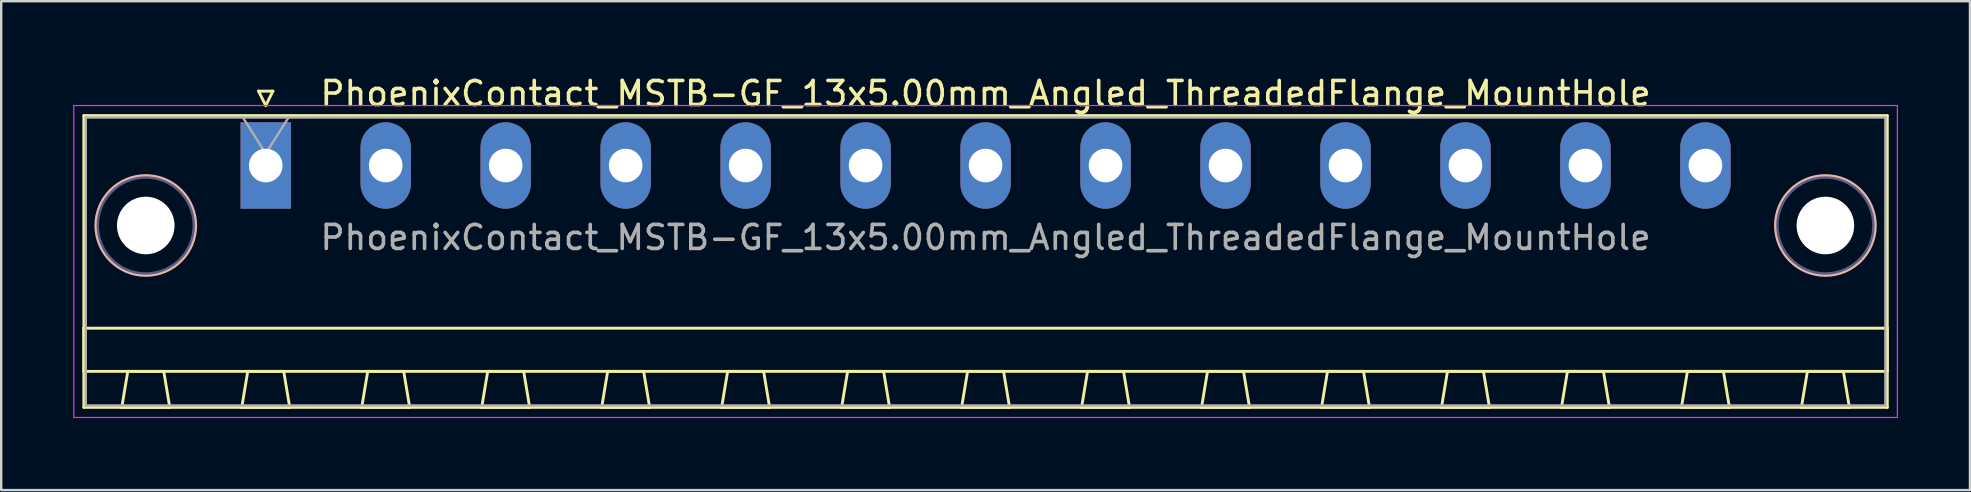
<source format=kicad_pcb>
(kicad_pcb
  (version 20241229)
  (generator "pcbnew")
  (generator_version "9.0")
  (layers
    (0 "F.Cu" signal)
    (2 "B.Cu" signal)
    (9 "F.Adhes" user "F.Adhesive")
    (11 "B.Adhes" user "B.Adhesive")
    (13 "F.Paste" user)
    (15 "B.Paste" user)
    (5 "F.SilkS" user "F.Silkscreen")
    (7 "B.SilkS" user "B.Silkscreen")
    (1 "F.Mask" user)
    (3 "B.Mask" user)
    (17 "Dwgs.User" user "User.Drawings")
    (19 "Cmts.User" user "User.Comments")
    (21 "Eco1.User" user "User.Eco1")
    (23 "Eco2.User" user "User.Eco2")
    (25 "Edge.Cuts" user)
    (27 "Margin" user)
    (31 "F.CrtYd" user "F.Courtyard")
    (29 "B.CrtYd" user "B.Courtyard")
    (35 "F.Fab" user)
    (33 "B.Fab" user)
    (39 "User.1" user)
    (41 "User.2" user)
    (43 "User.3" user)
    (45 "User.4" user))
  (footprint "PhoenixContact_MSTB-GF_13x5.00mm_Angled_ThreadedFlange_MountHole"
    (layer "F.Cu")
    (at 8.025 3.848)
    (property "Reference" "PhoenixContact_MSTB-GF_13x5.00mm_Angled_ThreadedFlange_MountHole" (at 30 -3 0) (layer "F.SilkS") (effects (font (size 1 1) (thickness 0.15))))
    (attr through_hole)
    (fp_line (start -7.58 -2.08) (end -7.58 10.08) (stroke (width 0.12) (type solid)) (layer "F.SilkS"))
    (fp_line (start -7.58 6.78) (end 67.58 6.78) (stroke (width 0.12) (type solid)) (layer "F.SilkS"))
    (fp_line (start -7.58 8.58) (end -7.58 6.78) (stroke (width 0.12) (type solid)) (layer "F.SilkS"))
    (fp_line (start -7.58 10.08) (end 67.58 10.08) (stroke (width 0.12) (type solid)) (layer "F.SilkS"))
    (fp_line (start -6 10.08) (end -4 10.08) (stroke (width 0.12) (type solid)) (layer "F.SilkS"))
    (fp_line (start -5.75 8.58) (end -6 10.08) (stroke (width 0.12) (type solid)) (layer "F.SilkS"))
    (fp_line (start -4.25 8.58) (end -5.75 8.58) (stroke (width 0.12) (type solid)) (layer "F.SilkS"))
    (fp_line (start -4 10.08) (end -4.25 8.58) (stroke (width 0.12) (type solid)) (layer "F.SilkS"))
    (fp_line (start -1 10.08) (end 1 10.08) (stroke (width 0.12) (type solid)) (layer "F.SilkS"))
    (fp_line (start -0.75 8.58) (end -1 10.08) (stroke (width 0.12) (type solid)) (layer "F.SilkS"))
    (fp_line (start -0.3 -3.1) (end 0.3 -3.1) (stroke (width 0.12) (type solid)) (layer "F.SilkS"))
    (fp_line (start 0 -2.5) (end -0.3 -3.1) (stroke (width 0.12) (type solid)) (layer "F.SilkS"))
    (fp_line (start 0.3 -3.1) (end 0 -2.5) (stroke (width 0.12) (type solid)) (layer "F.SilkS"))
    (fp_line (start 0.75 8.58) (end -0.75 8.58) (stroke (width 0.12) (type solid)) (layer "F.SilkS"))
    (fp_line (start 1 10.08) (end 0.75 8.58) (stroke (width 0.12) (type solid)) (layer "F.SilkS"))
    (fp_line (start 4 10.08) (end 6 10.08) (stroke (width 0.12) (type solid)) (layer "F.SilkS"))
    (fp_line (start 4.25 8.58) (end 4 10.08) (stroke (width 0.12) (type solid)) (layer "F.SilkS"))
    (fp_line (start 5.75 8.58) (end 4.25 8.58) (stroke (width 0.12) (type solid)) (layer "F.SilkS"))
    (fp_line (start 6 10.08) (end 5.75 8.58) (stroke (width 0.12) (type solid)) (layer "F.SilkS"))
    (fp_line (start 9 10.08) (end 11 10.08) (stroke (width 0.12) (type solid)) (layer "F.SilkS"))
    (fp_line (start 9.25 8.58) (end 9 10.08) (stroke (width 0.12) (type solid)) (layer "F.SilkS"))
    (fp_line (start 10.75 8.58) (end 9.25 8.58) (stroke (width 0.12) (type solid)) (layer "F.SilkS"))
    (fp_line (start 11 10.08) (end 10.75 8.58) (stroke (width 0.12) (type solid)) (layer "F.SilkS"))
    (fp_line (start 14 10.08) (end 16 10.08) (stroke (width 0.12) (type solid)) (layer "F.SilkS"))
    (fp_line (start 14.25 8.58) (end 14 10.08) (stroke (width 0.12) (type solid)) (layer "F.SilkS"))
    (fp_line (start 15.75 8.58) (end 14.25 8.58) (stroke (width 0.12) (type solid)) (layer "F.SilkS"))
    (fp_line (start 16 10.08) (end 15.75 8.58) (stroke (width 0.12) (type solid)) (layer "F.SilkS"))
    (fp_line (start 19 10.08) (end 21 10.08) (stroke (width 0.12) (type solid)) (layer "F.SilkS"))
    (fp_line (start 19.25 8.58) (end 19 10.08) (stroke (width 0.12) (type solid)) (layer "F.SilkS"))
    (fp_line (start 20.75 8.58) (end 19.25 8.58) (stroke (width 0.12) (type solid)) (layer "F.SilkS"))
    (fp_line (start 21 10.08) (end 20.75 8.58) (stroke (width 0.12) (type solid)) (layer "F.SilkS"))
    (fp_line (start 24 10.08) (end 26 10.08) (stroke (width 0.12) (type solid)) (layer "F.SilkS"))
    (fp_line (start 24.25 8.58) (end 24 10.08) (stroke (width 0.12) (type solid)) (layer "F.SilkS"))
    (fp_line (start 25.75 8.58) (end 24.25 8.58) (stroke (width 0.12) (type solid)) (layer "F.SilkS"))
    (fp_line (start 26 10.08) (end 25.75 8.58) (stroke (width 0.12) (type solid)) (layer "F.SilkS"))
    (fp_line (start 29 10.08) (end 31 10.08) (stroke (width 0.12) (type solid)) (layer "F.SilkS"))
    (fp_line (start 29.25 8.58) (end 29 10.08) (stroke (width 0.12) (type solid)) (layer "F.SilkS"))
    (fp_line (start 30.75 8.58) (end 29.25 8.58) (stroke (width 0.12) (type solid)) (layer "F.SilkS"))
    (fp_line (start 31 10.08) (end 30.75 8.58) (stroke (width 0.12) (type solid)) (layer "F.SilkS"))
    (fp_line (start 34 10.08) (end 36 10.08) (stroke (width 0.12) (type solid)) (layer "F.SilkS"))
    (fp_line (start 34.25 8.58) (end 34 10.08) (stroke (width 0.12) (type solid)) (layer "F.SilkS"))
    (fp_line (start 35.75 8.58) (end 34.25 8.58) (stroke (width 0.12) (type solid)) (layer "F.SilkS"))
    (fp_line (start 36 10.08) (end 35.75 8.58) (stroke (width 0.12) (type solid)) (layer "F.SilkS"))
    (fp_line (start 39 10.08) (end 41 10.08) (stroke (width 0.12) (type solid)) (layer "F.SilkS"))
    (fp_line (start 39.25 8.58) (end 39 10.08) (stroke (width 0.12) (type solid)) (layer "F.SilkS"))
    (fp_line (start 40.75 8.58) (end 39.25 8.58) (stroke (width 0.12) (type solid)) (layer "F.SilkS"))
    (fp_line (start 41 10.08) (end 40.75 8.58) (stroke (width 0.12) (type solid)) (layer "F.SilkS"))
    (fp_line (start 44 10.08) (end 46 10.08) (stroke (width 0.12) (type solid)) (layer "F.SilkS"))
    (fp_line (start 44.25 8.58) (end 44 10.08) (stroke (width 0.12) (type solid)) (layer "F.SilkS"))
    (fp_line (start 45.75 8.58) (end 44.25 8.58) (stroke (width 0.12) (type solid)) (layer "F.SilkS"))
    (fp_line (start 46 10.08) (end 45.75 8.58) (stroke (width 0.12) (type solid)) (layer "F.SilkS"))
    (fp_line (start 49 10.08) (end 51 10.08) (stroke (width 0.12) (type solid)) (layer "F.SilkS"))
    (fp_line (start 49.25 8.58) (end 49 10.08) (stroke (width 0.12) (type solid)) (layer "F.SilkS"))
    (fp_line (start 50.75 8.58) (end 49.25 8.58) (stroke (width 0.12) (type solid)) (layer "F.SilkS"))
    (fp_line (start 51 10.08) (end 50.75 8.58) (stroke (width 0.12) (type solid)) (layer "F.SilkS"))
    (fp_line (start 54 10.08) (end 56 10.08) (stroke (width 0.12) (type solid)) (layer "F.SilkS"))
    (fp_line (start 54.25 8.58) (end 54 10.08) (stroke (width 0.12) (type solid)) (layer "F.SilkS"))
    (fp_line (start 55.75 8.58) (end 54.25 8.58) (stroke (width 0.12) (type solid)) (layer "F.SilkS"))
    (fp_line (start 56 10.08) (end 55.75 8.58) (stroke (width 0.12) (type solid)) (layer "F.SilkS"))
    (fp_line (start 59 10.08) (end 61 10.08) (stroke (width 0.12) (type solid)) (layer "F.SilkS"))
    (fp_line (start 59.25 8.58) (end 59 10.08) (stroke (width 0.12) (type solid)) (layer "F.SilkS"))
    (fp_line (start 60.75 8.58) (end 59.25 8.58) (stroke (width 0.12) (type solid)) (layer "F.SilkS"))
    (fp_line (start 61 10.08) (end 60.75 8.58) (stroke (width 0.12) (type solid)) (layer "F.SilkS"))
    (fp_line (start 64 10.08) (end 66 10.08) (stroke (width 0.12) (type solid)) (layer "F.SilkS"))
    (fp_line (start 64.25 8.58) (end 64 10.08) (stroke (width 0.12) (type solid)) (layer "F.SilkS"))
    (fp_line (start 65.75 8.58) (end 64.25 8.58) (stroke (width 0.12) (type solid)) (layer "F.SilkS"))
    (fp_line (start 66 10.08) (end 65.75 8.58) (stroke (width 0.12) (type solid)) (layer "F.SilkS"))
    (fp_line (start 67.58 -2.08) (end -7.58 -2.08) (stroke (width 0.12) (type solid)) (layer "F.SilkS"))
    (fp_line (start 67.58 6.78) (end 67.58 8.58) (stroke (width 0.12) (type solid)) (layer "F.SilkS"))
    (fp_line (start 67.58 8.58) (end -7.58 8.58) (stroke (width 0.12) (type solid)) (layer "F.SilkS"))
    (fp_line (start 67.58 10.08) (end 67.58 -2.08) (stroke (width 0.12) (type solid)) (layer "F.SilkS"))
    (fp_circle (center -5 2.5) (end -2.92 2.5) (stroke (width 0.12) (type solid)) (fill no) (layer "B.SilkS"))
    (fp_circle (center 65 2.5) (end 67.08 2.5) (stroke (width 0.12) (type solid)) (fill no) (layer "B.SilkS"))
    (fp_line (start -8 -2.5) (end -8 10.5) (stroke (width 0.05) (type solid)) (layer "F.CrtYd"))
    (fp_line (start -8 10.5) (end 68 10.5) (stroke (width 0.05) (type solid)) (layer "F.CrtYd"))
    (fp_line (start 68 -2.5) (end -8 -2.5) (stroke (width 0.05) (type solid)) (layer "F.CrtYd"))
    (fp_line (start 68 10.5) (end 68 -2.5) (stroke (width 0.05) (type solid)) (layer "F.CrtYd"))
    (fp_circle (center -5 2.5) (end -3 2.5) (stroke (width 0.1) (type solid)) (fill no) (layer "B.Fab"))
    (fp_circle (center 65 2.5) (end 67 2.5) (stroke (width 0.1) (type solid)) (fill no) (layer "B.Fab"))
    (fp_line (start -7.5 -2) (end -7.5 10) (stroke (width 0.1) (type solid)) (layer "F.Fab"))
    (fp_line (start -7.5 10) (end 67.5 10) (stroke (width 0.1) (type solid)) (layer "F.Fab"))
    (fp_line (start 0 -0.5) (end -0.95 -2) (stroke (width 0.1) (type solid)) (layer "F.Fab"))
    (fp_line (start 0.95 -2) (end 0 -0.5) (stroke (width 0.1) (type solid)) (layer "F.Fab"))
    (fp_line (start 67.5 -2) (end -7.5 -2) (stroke (width 0.1) (type solid)) (layer "F.Fab"))
    (fp_line (start 67.5 10) (end 67.5 -2) (stroke (width 0.1) (type solid)) (layer "F.Fab"))
    (fp_text user "${REFERENCE}" (at 30 3 0) (layer "F.Fab") (effects (font (size 1 1) (thickness 0.15))))
    (pad "" np_thru_hole circle (at -5 2.5) (size 2.4 2.4) (drill 2.4) (layers "*.Cu" "*.Mask"))
    (pad "" np_thru_hole circle (at 65 2.5) (size 2.4 2.4) (drill 2.4) (layers "*.Cu" "*.Mask"))
    (pad "1" thru_hole rect (at 0 0) (size 2.1 3.6) (drill 1.4) (layers "*.Cu" "*.Mask"))
    (pad "2" thru_hole oval (at 5 0) (size 2.1 3.6) (drill 1.4) (layers "*.Cu" "*.Mask"))
    (pad "3" thru_hole oval (at 10 0) (size 2.1 3.6) (drill 1.4) (layers "*.Cu" "*.Mask"))
    (pad "4" thru_hole oval (at 15 0) (size 2.1 3.6) (drill 1.4) (layers "*.Cu" "*.Mask"))
    (pad "5" thru_hole oval (at 20 0) (size 2.1 3.6) (drill 1.4) (layers "*.Cu" "*.Mask"))
    (pad "6" thru_hole oval (at 25 0) (size 2.1 3.6) (drill 1.4) (layers "*.Cu" "*.Mask"))
    (pad "7" thru_hole oval (at 30 0) (size 2.1 3.6) (drill 1.4) (layers "*.Cu" "*.Mask"))
    (pad "8" thru_hole oval (at 35 0) (size 2.1 3.6) (drill 1.4) (layers "*.Cu" "*.Mask"))
    (pad "9" thru_hole oval (at 40 0) (size 2.1 3.6) (drill 1.4) (layers "*.Cu" "*.Mask"))
    (pad "10" thru_hole oval (at 45 0) (size 2.1 3.6) (drill 1.4) (layers "*.Cu" "*.Mask"))
    (pad "11" thru_hole oval (at 50 0) (size 2.1 3.6) (drill 1.4) (layers "*.Cu" "*.Mask"))
    (pad "12" thru_hole oval (at 55 0) (size 2.1 3.6) (drill 1.4) (layers "*.Cu" "*.Mask"))
    (pad "13" thru_hole oval (at 60 0) (size 2.1 3.6) (drill 1.4) (layers "*.Cu" "*.Mask")))
  (gr_rect
    (start -3 -3)
    (end 79.05 17.373)
    (stroke (width 0.1) (type default))
    (fill no)
    (layer "Edge.Cuts")))
</source>
